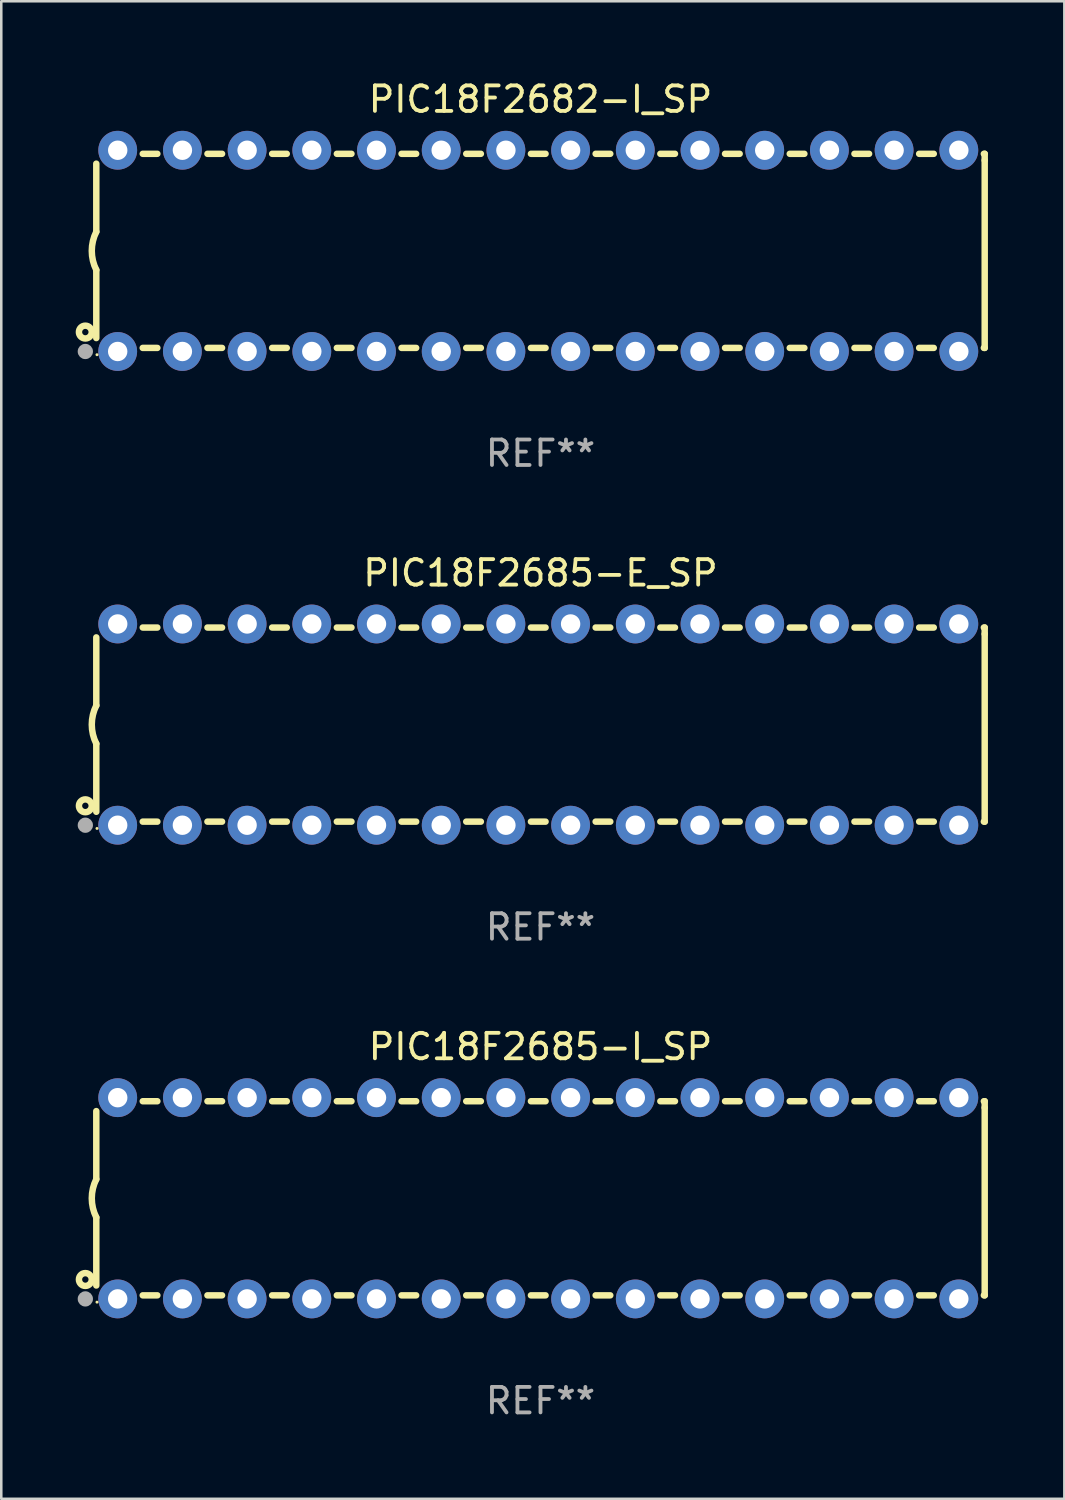
<source format=kicad_pcb>
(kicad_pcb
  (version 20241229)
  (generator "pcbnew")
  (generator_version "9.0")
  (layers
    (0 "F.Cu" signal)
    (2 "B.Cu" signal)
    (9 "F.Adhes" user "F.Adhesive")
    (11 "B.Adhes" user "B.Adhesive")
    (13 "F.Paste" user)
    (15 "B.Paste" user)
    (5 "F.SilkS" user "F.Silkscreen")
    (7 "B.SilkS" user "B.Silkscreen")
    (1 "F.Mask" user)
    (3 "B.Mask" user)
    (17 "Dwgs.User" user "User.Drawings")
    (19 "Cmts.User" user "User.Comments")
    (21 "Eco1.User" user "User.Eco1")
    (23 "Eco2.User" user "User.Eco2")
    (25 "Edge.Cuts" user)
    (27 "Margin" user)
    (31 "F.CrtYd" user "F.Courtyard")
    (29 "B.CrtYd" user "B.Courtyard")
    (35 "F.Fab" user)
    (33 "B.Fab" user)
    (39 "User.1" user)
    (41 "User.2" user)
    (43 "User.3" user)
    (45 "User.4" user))
  (footprint "PIC18F2682-I_SP"
    (layer "F.Cu")
    (at 18.168 6.798)
    (property "Reference" "PIC18F2682-I_SP" (at 0 -5.95 0) (layer "F.SilkS") (effects (font (size 1 1) (thickness 0.15))))
    (attr through_hole)
    (fp_line (start -17.438 0.75) (end -17.438 3.423) (stroke (width 0.254) (type solid)) (layer "F.SilkS"))
    (fp_line (start -17.438 -3.423) (end -17.438 -0.75) (stroke (width 0.254) (type solid)) (layer "F.SilkS"))
    (fp_line (start -15.615 3.81) (end -15.041 3.81) (stroke (width 0.254) (type solid)) (layer "F.SilkS"))
    (fp_line (start -15.041 -3.81) (end -15.614 -3.81) (stroke (width 0.254) (type solid)) (layer "F.SilkS"))
    (fp_line (start -13.075 3.81) (end -12.501 3.81) (stroke (width 0.254) (type solid)) (layer "F.SilkS"))
    (fp_line (start -12.501 -3.81) (end -13.074 -3.81) (stroke (width 0.254) (type solid)) (layer "F.SilkS"))
    (fp_line (start -10.535 3.81) (end -9.961 3.81) (stroke (width 0.254) (type solid)) (layer "F.SilkS"))
    (fp_line (start -9.961 -3.81) (end -10.534 -3.81) (stroke (width 0.254) (type solid)) (layer "F.SilkS"))
    (fp_line (start -7.995 3.81) (end -7.421 3.81) (stroke (width 0.254) (type solid)) (layer "F.SilkS"))
    (fp_line (start -7.421 -3.81) (end -7.995 -3.81) (stroke (width 0.254) (type solid)) (layer "F.SilkS"))
    (fp_line (start -5.455 3.81) (end -4.881 3.81) (stroke (width 0.254) (type solid)) (layer "F.SilkS"))
    (fp_line (start -4.881 -3.81) (end -5.455 -3.81) (stroke (width 0.254) (type solid)) (layer "F.SilkS"))
    (fp_line (start -2.915 3.81) (end -2.341 3.81) (stroke (width 0.254) (type solid)) (layer "F.SilkS"))
    (fp_line (start -2.341 -3.81) (end -2.915 -3.81) (stroke (width 0.254) (type solid)) (layer "F.SilkS"))
    (fp_line (start -0.375 3.81) (end 0.199 3.81) (stroke (width 0.254) (type solid)) (layer "F.SilkS"))
    (fp_line (start 0.199 -3.81) (end -0.375 -3.81) (stroke (width 0.254) (type solid)) (layer "F.SilkS"))
    (fp_line (start 2.165 3.81) (end 2.739 3.81) (stroke (width 0.254) (type solid)) (layer "F.SilkS"))
    (fp_line (start 2.739 -3.81) (end 2.165 -3.81) (stroke (width 0.254) (type solid)) (layer "F.SilkS"))
    (fp_line (start 4.705 3.81) (end 5.279 3.81) (stroke (width 0.254) (type solid)) (layer "F.SilkS"))
    (fp_line (start 5.279 -3.81) (end 4.705 -3.81) (stroke (width 0.254) (type solid)) (layer "F.SilkS"))
    (fp_line (start 7.245 3.81) (end 7.819 3.81) (stroke (width 0.254) (type solid)) (layer "F.SilkS"))
    (fp_line (start 7.819 -3.81) (end 7.245 -3.81) (stroke (width 0.254) (type solid)) (layer "F.SilkS"))
    (fp_line (start 9.785 3.81) (end 10.359 3.81) (stroke (width 0.254) (type solid)) (layer "F.SilkS"))
    (fp_line (start 10.359 -3.81) (end 9.785 -3.81) (stroke (width 0.254) (type solid)) (layer "F.SilkS"))
    (fp_line (start 12.325 3.81) (end 12.899 3.81) (stroke (width 0.254) (type solid)) (layer "F.SilkS"))
    (fp_line (start 12.899 -3.81) (end 12.325 -3.81) (stroke (width 0.254) (type solid)) (layer "F.SilkS"))
    (fp_line (start 14.865 3.81) (end 15.439 3.81) (stroke (width 0.254) (type solid)) (layer "F.SilkS"))
    (fp_line (start 15.439 -3.81) (end 14.865 -3.81) (stroke (width 0.254) (type solid)) (layer "F.SilkS"))
    (fp_line (start 17.405 3.81) (end 17.438 3.81) (stroke (width 0.254) (type solid)) (layer "F.SilkS"))
    (fp_line (start 17.438 -3.81) (end 17.405 -3.81) (stroke (width 0.254) (type solid)) (layer "F.SilkS"))
    (fp_line (start 17.438 -3.556) (end 17.438 -3.81) (stroke (width 0.254) (type solid)) (layer "F.SilkS"))
    (fp_line (start 17.438 3.81) (end 17.438 -3.556) (stroke (width 0.254) (type solid)) (layer "F.SilkS"))
    (fp_arc (start -17.437986 0.749657) (mid -17.614887 -0.000024) (end -17.437783 -0.749657) (stroke (width 0.254001) (type solid)) (layer "F.SilkS"))
    (fp_circle (center -17.868 3.188) (end -17.743 3.188) (stroke (width 0.254) (type solid)) (fill no) (layer "F.SilkS"))
    (fp_circle (center -17.411 4.077) (end -17.381 4.077) (stroke (width 0.06) (type solid)) (fill no) (layer "F.SilkS"))
    (fp_circle (center -17.868 3.95) (end -17.718 3.95) (stroke (width 0.3) (type solid)) (fill no) (layer "F.Fab"))
    (fp_text user "REF**" (at 0 7.95 0) (layer "F.Fab") (effects (font (size 1 1) (thickness 0.15))))
    (pad "1" thru_hole circle (at -16.598 3.95) (size 1.524 1.524) (drill 0.762) (layers "*.Cu" "*.Mask"))
    (pad "2" thru_hole circle (at -14.058 3.95) (size 1.524 1.524) (drill 0.762) (layers "*.Cu" "*.Mask"))
    (pad "3" thru_hole circle (at -11.518 3.95) (size 1.524 1.524) (drill 0.762) (layers "*.Cu" "*.Mask"))
    (pad "4" thru_hole circle (at -8.978 3.95) (size 1.524 1.524) (drill 0.762) (layers "*.Cu" "*.Mask"))
    (pad "5" thru_hole circle (at -6.438 3.95) (size 1.524 1.524) (drill 0.762) (layers "*.Cu" "*.Mask"))
    (pad "6" thru_hole circle (at -3.898 3.95) (size 1.524 1.524) (drill 0.762) (layers "*.Cu" "*.Mask"))
    (pad "7" thru_hole circle (at -1.358 3.95) (size 1.524 1.524) (drill 0.762) (layers "*.Cu" "*.Mask"))
    (pad "8" thru_hole circle (at 1.182 3.95) (size 1.524 1.524) (drill 0.762) (layers "*.Cu" "*.Mask"))
    (pad "9" thru_hole circle (at 3.722 3.95) (size 1.524 1.524) (drill 0.762) (layers "*.Cu" "*.Mask"))
    (pad "10" thru_hole circle (at 6.262 3.95) (size 1.524 1.524) (drill 0.762) (layers "*.Cu" "*.Mask"))
    (pad "11" thru_hole circle (at 8.802 3.95) (size 1.524 1.524) (drill 0.762) (layers "*.Cu" "*.Mask"))
    (pad "12" thru_hole circle (at 11.342 3.95) (size 1.524 1.524) (drill 0.762) (layers "*.Cu" "*.Mask"))
    (pad "13" thru_hole circle (at 13.882 3.95) (size 1.524 1.524) (drill 0.762) (layers "*.Cu" "*.Mask"))
    (pad "14" thru_hole circle (at 16.422 3.95) (size 1.524 1.524) (drill 0.762) (layers "*.Cu" "*.Mask"))
    (pad "15" thru_hole circle (at 16.422 -3.95) (size 1.524 1.524) (drill 0.762) (layers "*.Cu" "*.Mask"))
    (pad "16" thru_hole circle (at 13.882 -3.95) (size 1.524 1.524) (drill 0.762) (layers "*.Cu" "*.Mask"))
    (pad "17" thru_hole circle (at 11.342 -3.95) (size 1.524 1.524) (drill 0.762) (layers "*.Cu" "*.Mask"))
    (pad "18" thru_hole circle (at 8.802 -3.95) (size 1.524 1.524) (drill 0.762) (layers "*.Cu" "*.Mask"))
    (pad "19" thru_hole circle (at 6.262 -3.95) (size 1.524 1.524) (drill 0.762) (layers "*.Cu" "*.Mask"))
    (pad "20" thru_hole circle (at 3.722 -3.95) (size 1.524 1.524) (drill 0.762) (layers "*.Cu" "*.Mask"))
    (pad "21" thru_hole circle (at 1.182 -3.95) (size 1.524 1.524) (drill 0.762) (layers "*.Cu" "*.Mask"))
    (pad "22" thru_hole circle (at -1.358 -3.95) (size 1.524 1.524) (drill 0.762) (layers "*.Cu" "*.Mask"))
    (pad "23" thru_hole circle (at -3.898 -3.95) (size 1.524 1.524) (drill 0.762) (layers "*.Cu" "*.Mask"))
    (pad "24" thru_hole circle (at -6.438 -3.95) (size 1.524 1.524) (drill 0.762) (layers "*.Cu" "*.Mask"))
    (pad "25" thru_hole circle (at -8.978 -3.95) (size 1.524 1.524) (drill 0.762) (layers "*.Cu" "*.Mask"))
    (pad "26" thru_hole circle (at -11.517 -3.95) (size 1.524 1.524) (drill 0.762) (layers "*.Cu" "*.Mask"))
    (pad "27" thru_hole circle (at -14.057 -3.95) (size 1.524 1.524) (drill 0.762) (layers "*.Cu" "*.Mask"))
    (pad "28" thru_hole circle (at -16.597 -3.95) (size 1.524 1.524) (drill 0.762) (layers "*.Cu" "*.Mask")))
  (footprint "PIC18F2685-E_SP"
    (layer "F.Cu")
    (at 18.168 25.395)
    (property "Reference" "PIC18F2685-E_SP" (at 0 -5.95 0) (layer "F.SilkS") (effects (font (size 1 1) (thickness 0.15))))
    (attr through_hole)
    (fp_line (start -17.438 0.75) (end -17.438 3.423) (stroke (width 0.254) (type solid)) (layer "F.SilkS"))
    (fp_line (start -17.438 -3.423) (end -17.438 -0.75) (stroke (width 0.254) (type solid)) (layer "F.SilkS"))
    (fp_line (start -15.615 3.81) (end -15.041 3.81) (stroke (width 0.254) (type solid)) (layer "F.SilkS"))
    (fp_line (start -15.041 -3.81) (end -15.614 -3.81) (stroke (width 0.254) (type solid)) (layer "F.SilkS"))
    (fp_line (start -13.075 3.81) (end -12.501 3.81) (stroke (width 0.254) (type solid)) (layer "F.SilkS"))
    (fp_line (start -12.501 -3.81) (end -13.074 -3.81) (stroke (width 0.254) (type solid)) (layer "F.SilkS"))
    (fp_line (start -10.535 3.81) (end -9.961 3.81) (stroke (width 0.254) (type solid)) (layer "F.SilkS"))
    (fp_line (start -9.961 -3.81) (end -10.534 -3.81) (stroke (width 0.254) (type solid)) (layer "F.SilkS"))
    (fp_line (start -7.995 3.81) (end -7.421 3.81) (stroke (width 0.254) (type solid)) (layer "F.SilkS"))
    (fp_line (start -7.421 -3.81) (end -7.995 -3.81) (stroke (width 0.254) (type solid)) (layer "F.SilkS"))
    (fp_line (start -5.455 3.81) (end -4.881 3.81) (stroke (width 0.254) (type solid)) (layer "F.SilkS"))
    (fp_line (start -4.881 -3.81) (end -5.455 -3.81) (stroke (width 0.254) (type solid)) (layer "F.SilkS"))
    (fp_line (start -2.915 3.81) (end -2.341 3.81) (stroke (width 0.254) (type solid)) (layer "F.SilkS"))
    (fp_line (start -2.341 -3.81) (end -2.915 -3.81) (stroke (width 0.254) (type solid)) (layer "F.SilkS"))
    (fp_line (start -0.375 3.81) (end 0.199 3.81) (stroke (width 0.254) (type solid)) (layer "F.SilkS"))
    (fp_line (start 0.199 -3.81) (end -0.375 -3.81) (stroke (width 0.254) (type solid)) (layer "F.SilkS"))
    (fp_line (start 2.165 3.81) (end 2.739 3.81) (stroke (width 0.254) (type solid)) (layer "F.SilkS"))
    (fp_line (start 2.739 -3.81) (end 2.165 -3.81) (stroke (width 0.254) (type solid)) (layer "F.SilkS"))
    (fp_line (start 4.705 3.81) (end 5.279 3.81) (stroke (width 0.254) (type solid)) (layer "F.SilkS"))
    (fp_line (start 5.279 -3.81) (end 4.705 -3.81) (stroke (width 0.254) (type solid)) (layer "F.SilkS"))
    (fp_line (start 7.245 3.81) (end 7.819 3.81) (stroke (width 0.254) (type solid)) (layer "F.SilkS"))
    (fp_line (start 7.819 -3.81) (end 7.245 -3.81) (stroke (width 0.254) (type solid)) (layer "F.SilkS"))
    (fp_line (start 9.785 3.81) (end 10.359 3.81) (stroke (width 0.254) (type solid)) (layer "F.SilkS"))
    (fp_line (start 10.359 -3.81) (end 9.785 -3.81) (stroke (width 0.254) (type solid)) (layer "F.SilkS"))
    (fp_line (start 12.325 3.81) (end 12.899 3.81) (stroke (width 0.254) (type solid)) (layer "F.SilkS"))
    (fp_line (start 12.899 -3.81) (end 12.325 -3.81) (stroke (width 0.254) (type solid)) (layer "F.SilkS"))
    (fp_line (start 14.865 3.81) (end 15.439 3.81) (stroke (width 0.254) (type solid)) (layer "F.SilkS"))
    (fp_line (start 15.439 -3.81) (end 14.865 -3.81) (stroke (width 0.254) (type solid)) (layer "F.SilkS"))
    (fp_line (start 17.405 3.81) (end 17.438 3.81) (stroke (width 0.254) (type solid)) (layer "F.SilkS"))
    (fp_line (start 17.438 -3.81) (end 17.405 -3.81) (stroke (width 0.254) (type solid)) (layer "F.SilkS"))
    (fp_line (start 17.438 -3.556) (end 17.438 -3.81) (stroke (width 0.254) (type solid)) (layer "F.SilkS"))
    (fp_line (start 17.438 3.81) (end 17.438 -3.556) (stroke (width 0.254) (type solid)) (layer "F.SilkS"))
    (fp_arc (start -17.437986 0.749657) (mid -17.614887 -0.000024) (end -17.437783 -0.749657) (stroke (width 0.254001) (type solid)) (layer "F.SilkS"))
    (fp_circle (center -17.868 3.188) (end -17.743 3.188) (stroke (width 0.254) (type solid)) (fill no) (layer "F.SilkS"))
    (fp_circle (center -17.411 4.077) (end -17.381 4.077) (stroke (width 0.06) (type solid)) (fill no) (layer "F.SilkS"))
    (fp_circle (center -17.868 3.95) (end -17.718 3.95) (stroke (width 0.3) (type solid)) (fill no) (layer "F.Fab"))
    (fp_text user "REF**" (at 0 7.95 0) (layer "F.Fab") (effects (font (size 1 1) (thickness 0.15))))
    (pad "1" thru_hole circle (at -16.598 3.95) (size 1.524 1.524) (drill 0.762) (layers "*.Cu" "*.Mask"))
    (pad "2" thru_hole circle (at -14.058 3.95) (size 1.524 1.524) (drill 0.762) (layers "*.Cu" "*.Mask"))
    (pad "3" thru_hole circle (at -11.518 3.95) (size 1.524 1.524) (drill 0.762) (layers "*.Cu" "*.Mask"))
    (pad "4" thru_hole circle (at -8.978 3.95) (size 1.524 1.524) (drill 0.762) (layers "*.Cu" "*.Mask"))
    (pad "5" thru_hole circle (at -6.438 3.95) (size 1.524 1.524) (drill 0.762) (layers "*.Cu" "*.Mask"))
    (pad "6" thru_hole circle (at -3.898 3.95) (size 1.524 1.524) (drill 0.762) (layers "*.Cu" "*.Mask"))
    (pad "7" thru_hole circle (at -1.358 3.95) (size 1.524 1.524) (drill 0.762) (layers "*.Cu" "*.Mask"))
    (pad "8" thru_hole circle (at 1.182 3.95) (size 1.524 1.524) (drill 0.762) (layers "*.Cu" "*.Mask"))
    (pad "9" thru_hole circle (at 3.722 3.95) (size 1.524 1.524) (drill 0.762) (layers "*.Cu" "*.Mask"))
    (pad "10" thru_hole circle (at 6.262 3.95) (size 1.524 1.524) (drill 0.762) (layers "*.Cu" "*.Mask"))
    (pad "11" thru_hole circle (at 8.802 3.95) (size 1.524 1.524) (drill 0.762) (layers "*.Cu" "*.Mask"))
    (pad "12" thru_hole circle (at 11.342 3.95) (size 1.524 1.524) (drill 0.762) (layers "*.Cu" "*.Mask"))
    (pad "13" thru_hole circle (at 13.882 3.95) (size 1.524 1.524) (drill 0.762) (layers "*.Cu" "*.Mask"))
    (pad "14" thru_hole circle (at 16.422 3.95) (size 1.524 1.524) (drill 0.762) (layers "*.Cu" "*.Mask"))
    (pad "15" thru_hole circle (at 16.422 -3.95) (size 1.524 1.524) (drill 0.762) (layers "*.Cu" "*.Mask"))
    (pad "16" thru_hole circle (at 13.882 -3.95) (size 1.524 1.524) (drill 0.762) (layers "*.Cu" "*.Mask"))
    (pad "17" thru_hole circle (at 11.342 -3.95) (size 1.524 1.524) (drill 0.762) (layers "*.Cu" "*.Mask"))
    (pad "18" thru_hole circle (at 8.802 -3.95) (size 1.524 1.524) (drill 0.762) (layers "*.Cu" "*.Mask"))
    (pad "19" thru_hole circle (at 6.262 -3.95) (size 1.524 1.524) (drill 0.762) (layers "*.Cu" "*.Mask"))
    (pad "20" thru_hole circle (at 3.722 -3.95) (size 1.524 1.524) (drill 0.762) (layers "*.Cu" "*.Mask"))
    (pad "21" thru_hole circle (at 1.182 -3.95) (size 1.524 1.524) (drill 0.762) (layers "*.Cu" "*.Mask"))
    (pad "22" thru_hole circle (at -1.358 -3.95) (size 1.524 1.524) (drill 0.762) (layers "*.Cu" "*.Mask"))
    (pad "23" thru_hole circle (at -3.898 -3.95) (size 1.524 1.524) (drill 0.762) (layers "*.Cu" "*.Mask"))
    (pad "24" thru_hole circle (at -6.438 -3.95) (size 1.524 1.524) (drill 0.762) (layers "*.Cu" "*.Mask"))
    (pad "25" thru_hole circle (at -8.978 -3.95) (size 1.524 1.524) (drill 0.762) (layers "*.Cu" "*.Mask"))
    (pad "26" thru_hole circle (at -11.517 -3.95) (size 1.524 1.524) (drill 0.762) (layers "*.Cu" "*.Mask"))
    (pad "27" thru_hole circle (at -14.057 -3.95) (size 1.524 1.524) (drill 0.762) (layers "*.Cu" "*.Mask"))
    (pad "28" thru_hole circle (at -16.597 -3.95) (size 1.524 1.524) (drill 0.762) (layers "*.Cu" "*.Mask")))
  (footprint "PIC18F2685-I_SP"
    (layer "F.Cu")
    (at 18.168 43.991)
    (property "Reference" "PIC18F2685-I_SP" (at 0 -5.95 0) (layer "F.SilkS") (effects (font (size 1 1) (thickness 0.15))))
    (attr through_hole)
    (fp_line (start -17.438 0.75) (end -17.438 3.423) (stroke (width 0.254) (type solid)) (layer "F.SilkS"))
    (fp_line (start -17.438 -3.423) (end -17.438 -0.75) (stroke (width 0.254) (type solid)) (layer "F.SilkS"))
    (fp_line (start -15.615 3.81) (end -15.041 3.81) (stroke (width 0.254) (type solid)) (layer "F.SilkS"))
    (fp_line (start -15.041 -3.81) (end -15.614 -3.81) (stroke (width 0.254) (type solid)) (layer "F.SilkS"))
    (fp_line (start -13.075 3.81) (end -12.501 3.81) (stroke (width 0.254) (type solid)) (layer "F.SilkS"))
    (fp_line (start -12.501 -3.81) (end -13.074 -3.81) (stroke (width 0.254) (type solid)) (layer "F.SilkS"))
    (fp_line (start -10.535 3.81) (end -9.961 3.81) (stroke (width 0.254) (type solid)) (layer "F.SilkS"))
    (fp_line (start -9.961 -3.81) (end -10.534 -3.81) (stroke (width 0.254) (type solid)) (layer "F.SilkS"))
    (fp_line (start -7.995 3.81) (end -7.421 3.81) (stroke (width 0.254) (type solid)) (layer "F.SilkS"))
    (fp_line (start -7.421 -3.81) (end -7.995 -3.81) (stroke (width 0.254) (type solid)) (layer "F.SilkS"))
    (fp_line (start -5.455 3.81) (end -4.881 3.81) (stroke (width 0.254) (type solid)) (layer "F.SilkS"))
    (fp_line (start -4.881 -3.81) (end -5.455 -3.81) (stroke (width 0.254) (type solid)) (layer "F.SilkS"))
    (fp_line (start -2.915 3.81) (end -2.341 3.81) (stroke (width 0.254) (type solid)) (layer "F.SilkS"))
    (fp_line (start -2.341 -3.81) (end -2.915 -3.81) (stroke (width 0.254) (type solid)) (layer "F.SilkS"))
    (fp_line (start -0.375 3.81) (end 0.199 3.81) (stroke (width 0.254) (type solid)) (layer "F.SilkS"))
    (fp_line (start 0.199 -3.81) (end -0.375 -3.81) (stroke (width 0.254) (type solid)) (layer "F.SilkS"))
    (fp_line (start 2.165 3.81) (end 2.739 3.81) (stroke (width 0.254) (type solid)) (layer "F.SilkS"))
    (fp_line (start 2.739 -3.81) (end 2.165 -3.81) (stroke (width 0.254) (type solid)) (layer "F.SilkS"))
    (fp_line (start 4.705 3.81) (end 5.279 3.81) (stroke (width 0.254) (type solid)) (layer "F.SilkS"))
    (fp_line (start 5.279 -3.81) (end 4.705 -3.81) (stroke (width 0.254) (type solid)) (layer "F.SilkS"))
    (fp_line (start 7.245 3.81) (end 7.819 3.81) (stroke (width 0.254) (type solid)) (layer "F.SilkS"))
    (fp_line (start 7.819 -3.81) (end 7.245 -3.81) (stroke (width 0.254) (type solid)) (layer "F.SilkS"))
    (fp_line (start 9.785 3.81) (end 10.359 3.81) (stroke (width 0.254) (type solid)) (layer "F.SilkS"))
    (fp_line (start 10.359 -3.81) (end 9.785 -3.81) (stroke (width 0.254) (type solid)) (layer "F.SilkS"))
    (fp_line (start 12.325 3.81) (end 12.899 3.81) (stroke (width 0.254) (type solid)) (layer "F.SilkS"))
    (fp_line (start 12.899 -3.81) (end 12.325 -3.81) (stroke (width 0.254) (type solid)) (layer "F.SilkS"))
    (fp_line (start 14.865 3.81) (end 15.439 3.81) (stroke (width 0.254) (type solid)) (layer "F.SilkS"))
    (fp_line (start 15.439 -3.81) (end 14.865 -3.81) (stroke (width 0.254) (type solid)) (layer "F.SilkS"))
    (fp_line (start 17.405 3.81) (end 17.438 3.81) (stroke (width 0.254) (type solid)) (layer "F.SilkS"))
    (fp_line (start 17.438 -3.81) (end 17.405 -3.81) (stroke (width 0.254) (type solid)) (layer "F.SilkS"))
    (fp_line (start 17.438 -3.556) (end 17.438 -3.81) (stroke (width 0.254) (type solid)) (layer "F.SilkS"))
    (fp_line (start 17.438 3.81) (end 17.438 -3.556) (stroke (width 0.254) (type solid)) (layer "F.SilkS"))
    (fp_arc (start -17.437986 0.749657) (mid -17.614887 -0.000024) (end -17.437783 -0.749657) (stroke (width 0.254001) (type solid)) (layer "F.SilkS"))
    (fp_circle (center -17.868 3.188) (end -17.743 3.188) (stroke (width 0.254) (type solid)) (fill no) (layer "F.SilkS"))
    (fp_circle (center -17.411 4.077) (end -17.381 4.077) (stroke (width 0.06) (type solid)) (fill no) (layer "F.SilkS"))
    (fp_circle (center -17.868 3.95) (end -17.718 3.95) (stroke (width 0.3) (type solid)) (fill no) (layer "F.Fab"))
    (fp_text user "REF**" (at 0 7.95 0) (layer "F.Fab") (effects (font (size 1 1) (thickness 0.15))))
    (pad "1" thru_hole circle (at -16.598 3.95) (size 1.524 1.524) (drill 0.762) (layers "*.Cu" "*.Mask"))
    (pad "2" thru_hole circle (at -14.058 3.95) (size 1.524 1.524) (drill 0.762) (layers "*.Cu" "*.Mask"))
    (pad "3" thru_hole circle (at -11.518 3.95) (size 1.524 1.524) (drill 0.762) (layers "*.Cu" "*.Mask"))
    (pad "4" thru_hole circle (at -8.978 3.95) (size 1.524 1.524) (drill 0.762) (layers "*.Cu" "*.Mask"))
    (pad "5" thru_hole circle (at -6.438 3.95) (size 1.524 1.524) (drill 0.762) (layers "*.Cu" "*.Mask"))
    (pad "6" thru_hole circle (at -3.898 3.95) (size 1.524 1.524) (drill 0.762) (layers "*.Cu" "*.Mask"))
    (pad "7" thru_hole circle (at -1.358 3.95) (size 1.524 1.524) (drill 0.762) (layers "*.Cu" "*.Mask"))
    (pad "8" thru_hole circle (at 1.182 3.95) (size 1.524 1.524) (drill 0.762) (layers "*.Cu" "*.Mask"))
    (pad "9" thru_hole circle (at 3.722 3.95) (size 1.524 1.524) (drill 0.762) (layers "*.Cu" "*.Mask"))
    (pad "10" thru_hole circle (at 6.262 3.95) (size 1.524 1.524) (drill 0.762) (layers "*.Cu" "*.Mask"))
    (pad "11" thru_hole circle (at 8.802 3.95) (size 1.524 1.524) (drill 0.762) (layers "*.Cu" "*.Mask"))
    (pad "12" thru_hole circle (at 11.342 3.95) (size 1.524 1.524) (drill 0.762) (layers "*.Cu" "*.Mask"))
    (pad "13" thru_hole circle (at 13.882 3.95) (size 1.524 1.524) (drill 0.762) (layers "*.Cu" "*.Mask"))
    (pad "14" thru_hole circle (at 16.422 3.95) (size 1.524 1.524) (drill 0.762) (layers "*.Cu" "*.Mask"))
    (pad "15" thru_hole circle (at 16.422 -3.95) (size 1.524 1.524) (drill 0.762) (layers "*.Cu" "*.Mask"))
    (pad "16" thru_hole circle (at 13.882 -3.95) (size 1.524 1.524) (drill 0.762) (layers "*.Cu" "*.Mask"))
    (pad "17" thru_hole circle (at 11.342 -3.95) (size 1.524 1.524) (drill 0.762) (layers "*.Cu" "*.Mask"))
    (pad "18" thru_hole circle (at 8.802 -3.95) (size 1.524 1.524) (drill 0.762) (layers "*.Cu" "*.Mask"))
    (pad "19" thru_hole circle (at 6.262 -3.95) (size 1.524 1.524) (drill 0.762) (layers "*.Cu" "*.Mask"))
    (pad "20" thru_hole circle (at 3.722 -3.95) (size 1.524 1.524) (drill 0.762) (layers "*.Cu" "*.Mask"))
    (pad "21" thru_hole circle (at 1.182 -3.95) (size 1.524 1.524) (drill 0.762) (layers "*.Cu" "*.Mask"))
    (pad "22" thru_hole circle (at -1.358 -3.95) (size 1.524 1.524) (drill 0.762) (layers "*.Cu" "*.Mask"))
    (pad "23" thru_hole circle (at -3.898 -3.95) (size 1.524 1.524) (drill 0.762) (layers "*.Cu" "*.Mask"))
    (pad "24" thru_hole circle (at -6.438 -3.95) (size 1.524 1.524) (drill 0.762) (layers "*.Cu" "*.Mask"))
    (pad "25" thru_hole circle (at -8.978 -3.95) (size 1.524 1.524) (drill 0.762) (layers "*.Cu" "*.Mask"))
    (pad "26" thru_hole circle (at -11.517 -3.95) (size 1.524 1.524) (drill 0.762) (layers "*.Cu" "*.Mask"))
    (pad "27" thru_hole circle (at -14.057 -3.95) (size 1.524 1.524) (drill 0.762) (layers "*.Cu" "*.Mask"))
    (pad "28" thru_hole circle (at -16.597 -3.95) (size 1.524 1.524) (drill 0.762) (layers "*.Cu" "*.Mask")))
  (gr_rect
    (start -3 -3)
    (end 38.733 55.789)
    (stroke (width 0.1) (type default))
    (fill no)
    (layer "Edge.Cuts")))
</source>
